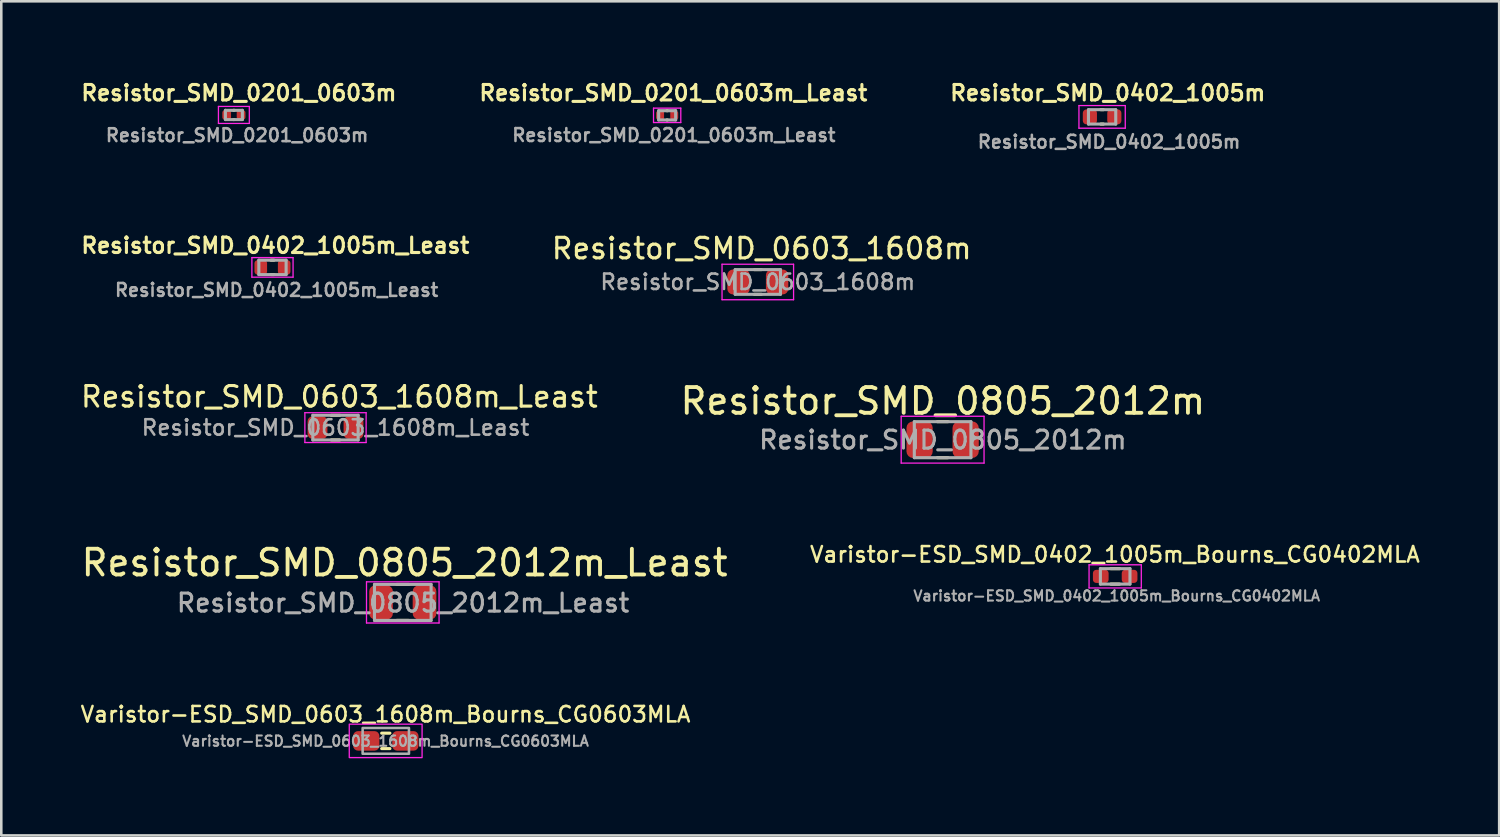
<source format=kicad_pcb>
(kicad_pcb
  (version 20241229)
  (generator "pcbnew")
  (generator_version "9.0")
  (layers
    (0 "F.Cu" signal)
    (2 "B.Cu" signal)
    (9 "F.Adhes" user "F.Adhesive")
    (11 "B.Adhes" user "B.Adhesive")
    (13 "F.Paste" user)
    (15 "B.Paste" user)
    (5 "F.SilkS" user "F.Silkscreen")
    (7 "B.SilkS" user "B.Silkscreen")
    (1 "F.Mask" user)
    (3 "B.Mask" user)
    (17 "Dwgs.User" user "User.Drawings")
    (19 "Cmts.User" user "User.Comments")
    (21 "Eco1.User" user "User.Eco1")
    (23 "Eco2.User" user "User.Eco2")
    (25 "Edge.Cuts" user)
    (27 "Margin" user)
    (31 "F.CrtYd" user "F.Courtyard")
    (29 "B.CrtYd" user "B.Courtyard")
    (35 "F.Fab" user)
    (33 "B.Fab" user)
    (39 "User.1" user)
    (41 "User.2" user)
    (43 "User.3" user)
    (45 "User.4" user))
  (footprint "Resistor_SMD_0805_2012m_Least"
    (layer "F.Cu")
    (at 12.603 20.361)
    (property "Reference" "Resistor_SMD_0805_2012m_Least" (at 0.07 -1.54 0) (unlocked yes) (layer "F.SilkS") (effects (font (size 1 1) (thickness 0.15))))
    (attr smd)
    (fp_line (start -0.235 -0.7) (end 0.235 -0.7) (stroke (width 0.12) (type solid)) (layer "F.SilkS"))
    (fp_line (start -0.235 0.7) (end 0.235 0.7) (stroke (width 0.12) (type solid)) (layer "F.SilkS"))
    (fp_line (start -1.41 -0.8) (end 1.41 -0.8) (stroke (width 0.05) (type solid)) (layer "F.CrtYd"))
    (fp_line (start -1.41 0.8) (end -1.41 -0.8) (stroke (width 0.05) (type solid)) (layer "F.CrtYd"))
    (fp_line (start 1.41 -0.8) (end 1.41 0.8) (stroke (width 0.05) (type solid)) (layer "F.CrtYd"))
    (fp_line (start 1.41 0.8) (end -1.41 0.8) (stroke (width 0.05) (type solid)) (layer "F.CrtYd"))
    (fp_line (start -1.1 -0.7) (end 1.1 -0.7) (stroke (width 0.12) (type solid)) (layer "F.Fab"))
    (fp_line (start -1.1 0.7) (end -1.1 -0.7) (stroke (width 0.12) (type solid)) (layer "F.Fab"))
    (fp_line (start 1.1 -0.7) (end 1.1 0.7) (stroke (width 0.12) (type solid)) (layer "F.Fab"))
    (fp_line (start 1.1 0.7) (end -1.1 0.7) (stroke (width 0.12) (type solid)) (layer "F.Fab"))
    (fp_text user "${REFERENCE}" (at 0.01 0.02 0) (layer "F.Fab") (effects (font (size 0.7 0.7) (thickness 0.12))))
    (pad "1" smd roundrect (at -0.845 0) (size 0.92 1.32) (layers "F.Cu" "F.Mask" "F.Paste") (roundrect_rratio 0.25))
    (pad "2" smd roundrect (at 0.845 0) (size 0.92 1.32) (layers "F.Cu" "F.Mask" "F.Paste") (roundrect_rratio 0.25)))
  (footprint "Resistor_SMD_0603_1608m"
    (layer "F.Cu")
    (at 26.4 7.908)
    (property "Reference" "Resistor_SMD_0603_1608m" (at 0.15 -1.3 0) (unlocked yes) (layer "F.SilkS") (effects (font (size 0.8 0.8) (thickness 0.12))))
    (attr smd)
    (fp_line (start -0.135 -0.48) (end 0.135 -0.48) (stroke (width 0.12) (type solid)) (layer "F.SilkS"))
    (fp_line (start -0.135 0.48) (end 0.135 0.48) (stroke (width 0.12) (type solid)) (layer "F.SilkS"))
    (fp_line (start -1.39 -0.69) (end 1.39 -0.69) (stroke (width 0.05) (type solid)) (layer "F.CrtYd"))
    (fp_line (start -1.39 0.69) (end -1.39 -0.69) (stroke (width 0.05) (type solid)) (layer "F.CrtYd"))
    (fp_line (start 1.39 -0.69) (end 1.39 0.69) (stroke (width 0.05) (type solid)) (layer "F.CrtYd"))
    (fp_line (start 1.39 0.69) (end -1.39 0.69) (stroke (width 0.05) (type solid)) (layer "F.CrtYd"))
    (fp_line (start -0.88 -0.48) (end 0.88 -0.48) (stroke (width 0.12) (type solid)) (layer "F.Fab"))
    (fp_line (start -0.88 0.48) (end -0.88 -0.48) (stroke (width 0.12) (type solid)) (layer "F.Fab"))
    (fp_line (start 0.88 -0.48) (end 0.88 0.48) (stroke (width 0.12) (type solid)) (layer "F.Fab"))
    (fp_line (start 0.88 0.48) (end -0.88 0.48) (stroke (width 0.12) (type solid)) (layer "F.Fab"))
    (fp_text user "${REFERENCE}" (at 0 0 0) (layer "F.Fab") (effects (font (size 0.6 0.6) (thickness 0.1))))
    (pad "1" smd roundrect (at -0.75 0) (size 0.87 0.97) (layers "F.Cu" "F.Mask" "F.Paste") (roundrect_rratio 0.253))
    (pad "2" smd roundrect (at 0.75 0) (size 0.87 0.97) (layers "F.Cu" "F.Mask" "F.Paste") (roundrect_rratio 0.253)))
  (footprint "Varistor-ESD_SMD_0603_1608m_Bourns_CG0603MLA"
    (layer "F.Cu")
    (at 11.943 25.742)
    (property "Reference" "Varistor-ESD_SMD_0603_1608m_Bourns_CG0603MLA" (at -0.01 -1.03 0) (layer "F.SilkS") (effects (font (size 0.6 0.6) (thickness 0.1))))
    (attr smd)
    (fp_line (start -0.16 -0.3) (end 0.16 -0.3) (stroke (width 0.12) (type solid)) (layer "F.SilkS"))
    (fp_line (start -0.16 0.3) (end 0.16 0.3) (stroke (width 0.12) (type solid)) (layer "F.SilkS"))
    (fp_rect (start -1.42 0.65) (end 1.41 -0.65) (stroke (width 0.05) (type default)) (fill no) (layer "F.CrtYd"))
    (fp_rect (start -0.9 0.5) (end 0.9 -0.5) (stroke (width 0.1) (type default)) (fill no) (layer "F.Fab"))
    (fp_text user "${REFERENCE}" (at -0.01 0.01 0) (layer "F.Fab") (effects (font (size 0.4 0.4) (thickness 0.08))))
    (pad "1" smd roundrect (at -0.76 0) (size 1.02 0.76) (layers "F.Cu" "F.Mask" "F.Paste") (roundrect_rratio 0.25))
    (pad "2" smd roundrect (at 0.76 0) (size 1.02 0.76) (layers "F.Cu" "F.Mask" "F.Paste") (roundrect_rratio 0.25)))
  (footprint "Resistor_SMD_0402_1005m"
    (layer "F.Cu")
    (at 39.78 1.492)
    (property "Reference" "Resistor_SMD_0402_1005m" (at 0.22 -0.93 0) (layer "F.SilkS") (effects (font (size 0.6 0.6) (thickness 0.12))))
    (attr smd)
    (fp_line (start -0.05 -0.28) (end 0.05 -0.28) (stroke (width 0.12) (type solid)) (layer "F.SilkS"))
    (fp_line (start -0.05 0.28) (end 0.05 0.28) (stroke (width 0.12) (type solid)) (layer "F.SilkS"))
    (fp_line (start -0.9 -0.44) (end 0.9 -0.44) (stroke (width 0.05) (type solid)) (layer "F.CrtYd"))
    (fp_line (start -0.9 0.44) (end -0.9 -0.44) (stroke (width 0.05) (type solid)) (layer "F.CrtYd"))
    (fp_line (start 0.9 -0.44) (end 0.9 0.44) (stroke (width 0.05) (type solid)) (layer "F.CrtYd"))
    (fp_line (start 0.9 0.44) (end -0.9 0.44) (stroke (width 0.05) (type solid)) (layer "F.CrtYd"))
    (fp_line (start -0.53 -0.28) (end 0.53 -0.28) (stroke (width 0.12) (type solid)) (layer "F.Fab"))
    (fp_line (start -0.53 0.28) (end -0.53 -0.28) (stroke (width 0.12) (type solid)) (layer "F.Fab"))
    (fp_line (start 0.53 -0.28) (end 0.53 0.28) (stroke (width 0.12) (type solid)) (layer "F.Fab"))
    (fp_line (start 0.53 0.28) (end -0.53 0.28) (stroke (width 0.12) (type solid)) (layer "F.Fab"))
    (fp_text user "${REFERENCE}" (at 0.27 0.97 0) (layer "F.Fab") (effects (font (size 0.5 0.5) (thickness 0.1))))
    (pad "1" smd roundrect (at -0.475 0) (size 0.55 0.58) (layers "F.Cu" "F.Mask" "F.Paste") (roundrect_rratio 0.255))
    (pad "2" smd roundrect (at 0.475 0) (size 0.55 0.58) (layers "F.Cu" "F.Mask" "F.Paste") (roundrect_rratio 0.255)))
  (footprint "Resistor_SMD_0201_0603m_Least"
    (layer "F.Cu")
    (at 22.877 1.432)
    (property "Reference" "Resistor_SMD_0201_0603m_Least" (at 0.24 -0.87 0) (layer "F.SilkS") (effects (font (size 0.6 0.6) (thickness 0.12))))
    (attr smd)
    (fp_line (start -0.01 -0.18) (end 0.01 -0.18) (stroke (width 0.12) (type solid)) (layer "F.SilkS"))
    (fp_line (start -0.01 0.18) (end 0.01 0.18) (stroke (width 0.12) (type solid)) (layer "F.SilkS"))
    (fp_line (start -0.53 -0.28) (end 0.53 -0.28) (stroke (width 0.05) (type solid)) (layer "F.CrtYd"))
    (fp_line (start -0.53 0.28) (end -0.53 -0.28) (stroke (width 0.05) (type solid)) (layer "F.CrtYd"))
    (fp_line (start 0.53 -0.28) (end 0.53 0.28) (stroke (width 0.05) (type solid)) (layer "F.CrtYd"))
    (fp_line (start 0.53 0.28) (end -0.53 0.28) (stroke (width 0.05) (type solid)) (layer "F.CrtYd"))
    (fp_line (start -0.33 -0.18) (end 0.33 -0.18) (stroke (width 0.12) (type solid)) (layer "F.Fab"))
    (fp_line (start -0.33 0.18) (end -0.33 -0.18) (stroke (width 0.12) (type solid)) (layer "F.Fab"))
    (fp_line (start 0.33 -0.18) (end 0.33 0.18) (stroke (width 0.12) (type solid)) (layer "F.Fab"))
    (fp_line (start 0.33 0.18) (end -0.33 0.18) (stroke (width 0.12) (type solid)) (layer "F.Fab"))
    (fp_text user "${REFERENCE}" (at 0.26 0.77 0) (layer "F.Fab") (effects (font (size 0.5 0.5) (thickness 0.1))))
    (pad "1" smd roundrect (at -0.275 0) (size 0.31 0.34) (layers "F.Cu" "F.Mask" "F.Paste") (roundrect_rratio 0.258))
    (pad "2" smd roundrect (at 0.275 0) (size 0.31 0.34) (layers "F.Cu" "F.Mask" "F.Paste") (roundrect_rratio 0.258)))
  (footprint "Resistor_SMD_0402_1005m_Least"
    (layer "F.Cu")
    (at 7.539 7.341)
    (property "Reference" "Resistor_SMD_0402_1005m_Least" (at 0.11 -0.85 0) (layer "F.SilkS") (effects (font (size 0.6 0.6) (thickness 0.12))))
    (attr smd)
    (fp_line (start -0.06 -0.28) (end 0.06 -0.28) (stroke (width 0.12) (type solid)) (layer "F.SilkS"))
    (fp_line (start -0.06 0.28) (end 0.06 0.28) (stroke (width 0.12) (type solid)) (layer "F.SilkS"))
    (fp_line (start -0.8 -0.38) (end 0.8 -0.38) (stroke (width 0.05) (type solid)) (layer "F.CrtYd"))
    (fp_line (start -0.8 0.38) (end -0.8 -0.38) (stroke (width 0.05) (type solid)) (layer "F.CrtYd"))
    (fp_line (start 0.8 -0.38) (end 0.8 0.38) (stroke (width 0.05) (type solid)) (layer "F.CrtYd"))
    (fp_line (start 0.8 0.38) (end -0.8 0.38) (stroke (width 0.05) (type solid)) (layer "F.CrtYd"))
    (fp_line (start -0.53 -0.28) (end 0.53 -0.28) (stroke (width 0.12) (type solid)) (layer "F.Fab"))
    (fp_line (start -0.53 0.28) (end -0.53 -0.28) (stroke (width 0.12) (type solid)) (layer "F.Fab"))
    (fp_line (start 0.53 -0.28) (end 0.53 0.28) (stroke (width 0.12) (type solid)) (layer "F.Fab"))
    (fp_line (start 0.53 0.28) (end -0.53 0.28) (stroke (width 0.12) (type solid)) (layer "F.Fab"))
    (fp_text user "${REFERENCE}" (at 0.16 0.88 0) (layer "F.Fab") (effects (font (size 0.5 0.5) (thickness 0.1))))
    (pad "1" smd roundrect (at -0.455 0) (size 0.49 0.56) (layers "F.Cu" "F.Mask" "F.Paste") (roundrect_rratio 0.245))
    (pad "2" smd roundrect (at 0.455 0) (size 0.49 0.56) (layers "F.Cu" "F.Mask" "F.Paste") (roundrect_rratio 0.245)))
  (footprint "Varistor-ESD_SMD_0402_1005m_Bourns_CG0402MLA"
    (layer "F.Cu")
    (at 40.288 19.349)
    (property "Reference" "Varistor-ESD_SMD_0402_1005m_Bourns_CG0402MLA" (at -0.01 -0.85 0) (layer "F.SilkS") (effects (font (size 0.6 0.6) (thickness 0.1))))
    (attr smd)
    (fp_line (start -0.17 -0.3) (end 0.17 -0.3) (stroke (width 0.12) (type solid)) (layer "F.SilkS"))
    (fp_line (start -0.17 0.3) (end 0.17 0.3) (stroke (width 0.12) (type solid)) (layer "F.SilkS"))
    (fp_line (start -1.015 -0.45) (end 1.015 -0.45) (stroke (width 0.05) (type solid)) (layer "F.CrtYd"))
    (fp_line (start -1.015 0.45) (end -1.015 -0.45) (stroke (width 0.05) (type solid)) (layer "F.CrtYd"))
    (fp_line (start 1.015 -0.45) (end 1.015 0.45) (stroke (width 0.05) (type solid)) (layer "F.CrtYd"))
    (fp_line (start 1.015 0.45) (end -1.015 0.45) (stroke (width 0.05) (type solid)) (layer "F.CrtYd"))
    (fp_line (start -0.575 -0.3) (end 0.575 -0.3) (stroke (width 0.12) (type solid)) (layer "F.Fab"))
    (fp_line (start -0.575 0.3) (end -0.575 -0.3) (stroke (width 0.12) (type solid)) (layer "F.Fab"))
    (fp_line (start 0.575 -0.3) (end 0.575 0.3) (stroke (width 0.12) (type solid)) (layer "F.Fab"))
    (fp_line (start 0.575 0.3) (end -0.575 0.3) (stroke (width 0.12) (type solid)) (layer "F.Fab"))
    (fp_text user "${REFERENCE}" (at 0.06 0.76 0) (layer "F.Fab") (effects (font (size 0.4 0.4) (thickness 0.08))))
    (pad "1" smd roundrect (at -0.56 0) (size 0.61 0.51) (layers "F.Cu" "F.Mask" "F.Paste") (roundrect_rratio 0.255))
    (pad "2" smd roundrect (at 0.56 0) (size 0.61 0.51) (layers "F.Cu" "F.Mask" "F.Paste") (roundrect_rratio 0.255)))
  (footprint "Resistor_SMD_0201_0603m"
    (layer "F.Cu")
    (at 6.039 1.417)
    (property "Reference" "Resistor_SMD_0201_0603m" (at 0.195 -0.855 0) (layer "F.SilkS") (effects (font (size 0.6 0.6) (thickness 0.12))))
    (attr smd)
    (fp_line (start -0.01 -0.18) (end 0.01 -0.18) (stroke (width 0.12) (type solid)) (layer "F.SilkS"))
    (fp_line (start -0.01 0.18) (end 0.01 0.18) (stroke (width 0.12) (type solid)) (layer "F.SilkS"))
    (fp_line (start -0.6 -0.33) (end 0.6 -0.33) (stroke (width 0.05) (type solid)) (layer "F.CrtYd"))
    (fp_line (start -0.6 0.33) (end -0.6 -0.33) (stroke (width 0.05) (type solid)) (layer "F.CrtYd"))
    (fp_line (start 0.6 -0.33) (end 0.6 0.33) (stroke (width 0.05) (type solid)) (layer "F.CrtYd"))
    (fp_line (start 0.6 0.33) (end -0.6 0.33) (stroke (width 0.05) (type solid)) (layer "F.CrtYd"))
    (fp_line (start -0.33 -0.18) (end 0.33 -0.18) (stroke (width 0.12) (type solid)) (layer "F.Fab"))
    (fp_line (start -0.33 0.18) (end -0.33 -0.18) (stroke (width 0.12) (type solid)) (layer "F.Fab"))
    (fp_line (start 0.33 -0.18) (end 0.33 0.18) (stroke (width 0.12) (type solid)) (layer "F.Fab"))
    (fp_line (start 0.33 0.18) (end -0.33 0.18) (stroke (width 0.12) (type solid)) (layer "F.Fab"))
    (fp_text user "${REFERENCE}" (at 0.125 0.79 0) (layer "F.Fab") (effects (font (size 0.5 0.5) (thickness 0.1))))
    (pad "1" smd roundrect (at -0.28 0) (size 0.34 0.36) (layers "F.Cu" "F.Mask" "F.Paste") (roundrect_rratio 0.265))
    (pad "2" smd roundrect (at 0.28 0) (size 0.34 0.36) (layers "F.Cu" "F.Mask" "F.Paste") (roundrect_rratio 0.265)))
  (footprint "Resistor_SMD_0603_1608m_Least"
    (layer "F.Cu")
    (at 9.988 13.568)
    (property "Reference" "Resistor_SMD_0603_1608m_Least" (at 0.15 -1.2 0) (layer "F.SilkS") (effects (font (size 0.8 0.8) (thickness 0.12))))
    (attr smd)
    (fp_line (start -0.165 -0.48) (end 0.165 -0.48) (stroke (width 0.12) (type solid)) (layer "F.SilkS"))
    (fp_line (start -0.165 0.48) (end 0.165 0.48) (stroke (width 0.12) (type solid)) (layer "F.SilkS"))
    (fp_line (start -1.19 -0.58) (end 1.19 -0.58) (stroke (width 0.05) (type solid)) (layer "F.CrtYd"))
    (fp_line (start -1.19 0.58) (end -1.19 -0.58) (stroke (width 0.05) (type solid)) (layer "F.CrtYd"))
    (fp_line (start 1.19 -0.58) (end 1.19 0.58) (stroke (width 0.05) (type solid)) (layer "F.CrtYd"))
    (fp_line (start 1.19 0.58) (end -1.19 0.58) (stroke (width 0.05) (type solid)) (layer "F.CrtYd"))
    (fp_line (start -0.88 -0.48) (end 0.88 -0.48) (stroke (width 0.12) (type solid)) (layer "F.Fab"))
    (fp_line (start -0.88 0.48) (end -0.88 -0.48) (stroke (width 0.12) (type solid)) (layer "F.Fab"))
    (fp_line (start 0.88 -0.48) (end 0.88 0.48) (stroke (width 0.12) (type solid)) (layer "F.Fab"))
    (fp_line (start 0.88 0.48) (end -0.88 0.48) (stroke (width 0.12) (type solid)) (layer "F.Fab"))
    (fp_text user "${REFERENCE}" (at 0 0 0) (layer "F.Fab") (effects (font (size 0.6 0.6) (thickness 0.1))))
    (pad "1" smd roundrect (at -0.7 0) (size 0.77 0.87) (layers "F.Cu" "F.Mask" "F.Paste") (roundrect_rratio 0.247))
    (pad "2" smd roundrect (at 0.7 0) (size 0.77 0.87) (layers "F.Cu" "F.Mask" "F.Paste") (roundrect_rratio 0.247)))
  (footprint "Resistor_SMD_0805_2012m"
    (layer "F.Cu")
    (at 33.582 14.037)
    (property "Reference" "Resistor_SMD_0805_2012m" (at 0.01 -1.5 0) (unlocked yes) (layer "F.SilkS") (effects (font (size 1 1) (thickness 0.15))))
    (attr smd)
    (fp_line (start -0.205 -0.7) (end 0.205 -0.7) (stroke (width 0.12) (type solid)) (layer "F.SilkS"))
    (fp_line (start -0.205 0.7) (end 0.205 0.7) (stroke (width 0.12) (type solid)) (layer "F.SilkS"))
    (fp_line (start -1.61 -0.91) (end 1.61 -0.91) (stroke (width 0.05) (type solid)) (layer "F.CrtYd"))
    (fp_line (start -1.61 0.91) (end -1.61 -0.91) (stroke (width 0.05) (type solid)) (layer "F.CrtYd"))
    (fp_line (start 1.61 -0.91) (end 1.61 0.91) (stroke (width 0.05) (type solid)) (layer "F.CrtYd"))
    (fp_line (start 1.61 0.91) (end -1.61 0.91) (stroke (width 0.05) (type solid)) (layer "F.CrtYd"))
    (fp_line (start -1.1 -0.7) (end 1.1 -0.7) (stroke (width 0.12) (type solid)) (layer "F.Fab"))
    (fp_line (start -1.1 0.7) (end -1.1 -0.7) (stroke (width 0.12) (type solid)) (layer "F.Fab"))
    (fp_line (start 1.1 -0.7) (end 1.1 0.7) (stroke (width 0.12) (type solid)) (layer "F.Fab"))
    (fp_line (start 1.1 0.7) (end -1.1 0.7) (stroke (width 0.12) (type solid)) (layer "F.Fab"))
    (fp_text user "${REFERENCE}" (at 0.01 0.01 0) (layer "F.Fab") (effects (font (size 0.7 0.7) (thickness 0.12))))
    (pad "1" smd roundrect (at -0.895 0) (size 1.02 1.42) (layers "F.Cu" "F.Mask" "F.Paste") (roundrect_rratio 0.25))
    (pad "2" smd roundrect (at 0.895 0) (size 1.02 1.42) (layers "F.Cu" "F.Mask" "F.Paste") (roundrect_rratio 0.25)))
  (gr_rect
    (start -3 -3)
    (end 55.211 29.417)
    (stroke (width 0.1) (type default))
    (fill no)
    (layer "Edge.Cuts")))
</source>
